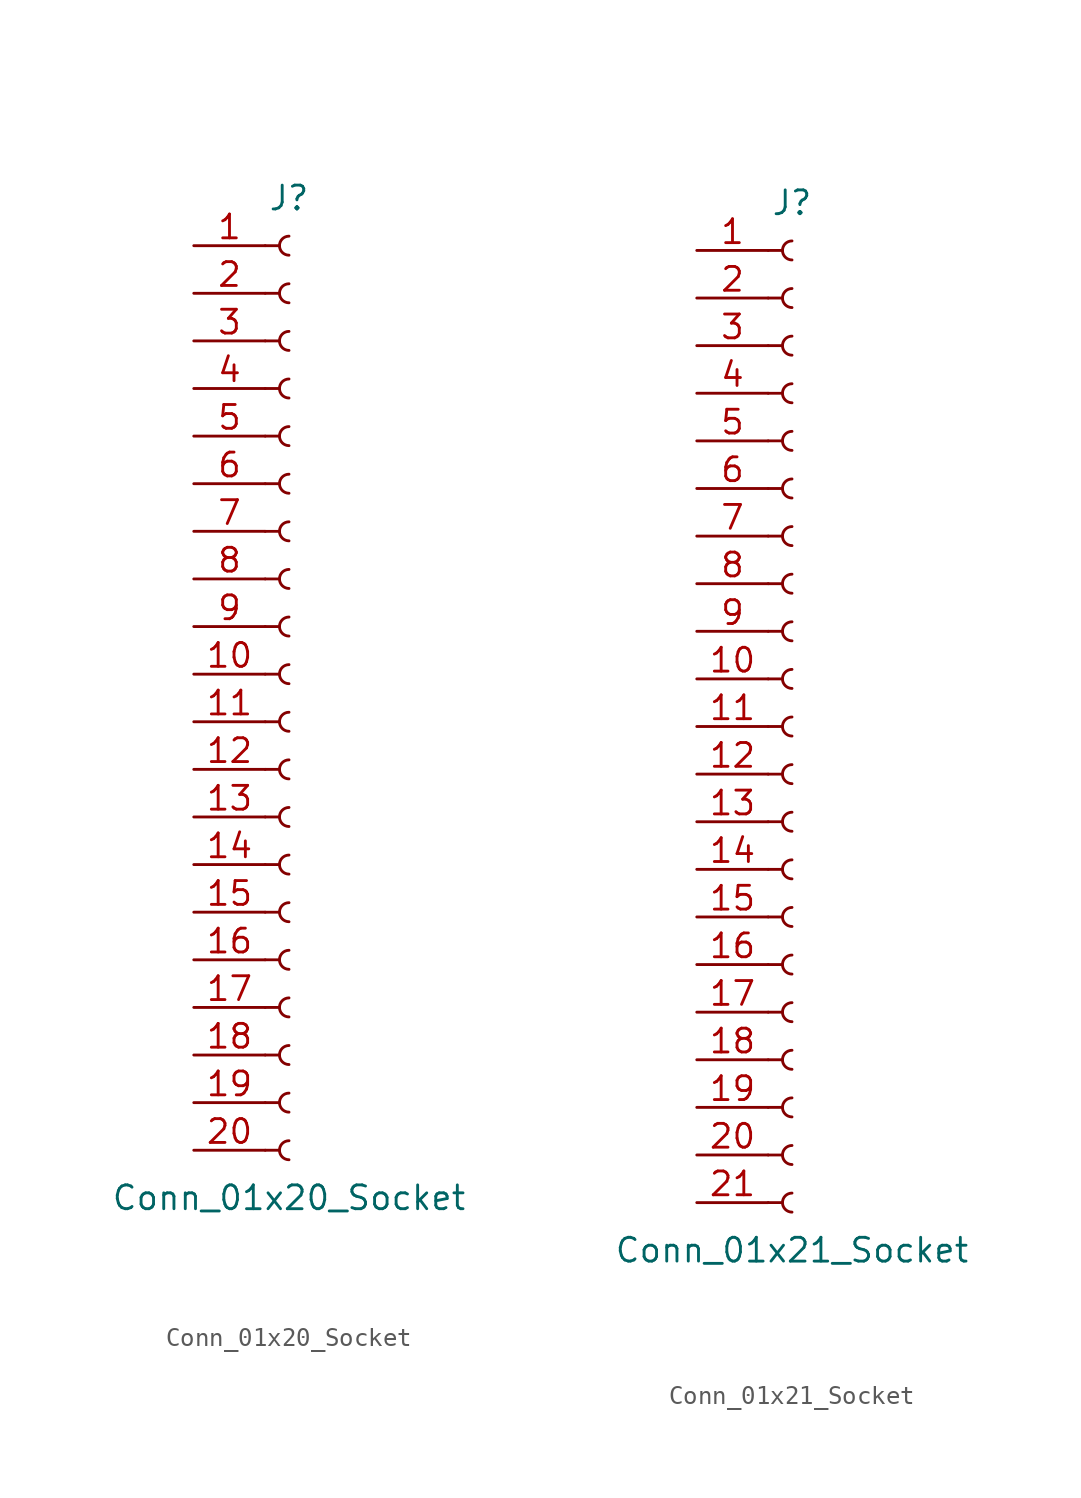
<source format=kicad_sym>
(kicad_symbol_lib
  (version 20241209)
  (generator "kicad_symbol_editor")
  (generator_version "9.0")
  (symbol "Conn_01x20_Socket"
    (pin_names
      (offset 1.016)
      (hide yes))
    (property "Reference" "J"
      (at 0 25.4 0)
      (effects (font (size 1.27 1.27))))
    (property "Value" "Conn_01x20_Socket"
      (at 0 -27.94 0)
      (effects (font (size 1.27 1.27))))
    (property "ki_locked" ""
      (at 0 0 0)
      (effects (font (size 1.27 1.27))))
    (symbol "Conn_01x20_Socket_1_1"
      (polyline (pts (xy -1.27 22.86) (xy -0.508 22.86)) (stroke (width 0.152) (type default)) (fill (type none)))
      (polyline (pts (xy -1.27 20.32) (xy -0.508 20.32)) (stroke (width 0.152) (type default)) (fill (type none)))
      (polyline (pts (xy -1.27 17.78) (xy -0.508 17.78)) (stroke (width 0.152) (type default)) (fill (type none)))
      (polyline (pts (xy -1.27 15.24) (xy -0.508 15.24)) (stroke (width 0.152) (type default)) (fill (type none)))
      (polyline (pts (xy -1.27 12.7) (xy -0.508 12.7)) (stroke (width 0.152) (type default)) (fill (type none)))
      (polyline (pts (xy -1.27 10.16) (xy -0.508 10.16)) (stroke (width 0.152) (type default)) (fill (type none)))
      (polyline (pts (xy -1.27 7.62) (xy -0.508 7.62)) (stroke (width 0.152) (type default)) (fill (type none)))
      (polyline (pts (xy -1.27 5.08) (xy -0.508 5.08)) (stroke (width 0.152) (type default)) (fill (type none)))
      (polyline (pts (xy -1.27 2.54) (xy -0.508 2.54)) (stroke (width 0.152) (type default)) (fill (type none)))
      (polyline (pts (xy -1.27 0) (xy -0.508 0)) (stroke (width 0.152) (type default)) (fill (type none)))
      (polyline (pts (xy -1.27 -2.54) (xy -0.508 -2.54)) (stroke (width 0.152) (type default)) (fill (type none)))
      (polyline (pts (xy -1.27 -5.08) (xy -0.508 -5.08)) (stroke (width 0.152) (type default)) (fill (type none)))
      (polyline (pts (xy -1.27 -7.62) (xy -0.508 -7.62)) (stroke (width 0.152) (type default)) (fill (type none)))
      (polyline (pts (xy -1.27 -10.16) (xy -0.508 -10.16)) (stroke (width 0.152) (type default)) (fill (type none)))
      (polyline (pts (xy -1.27 -12.7) (xy -0.508 -12.7)) (stroke (width 0.152) (type default)) (fill (type none)))
      (polyline (pts (xy -1.27 -15.24) (xy -0.508 -15.24)) (stroke (width 0.152) (type default)) (fill (type none)))
      (polyline (pts (xy -1.27 -17.78) (xy -0.508 -17.78)) (stroke (width 0.152) (type default)) (fill (type none)))
      (polyline (pts (xy -1.27 -20.32) (xy -0.508 -20.32)) (stroke (width 0.152) (type default)) (fill (type none)))
      (polyline (pts (xy -1.27 -22.86) (xy -0.508 -22.86)) (stroke (width 0.152) (type default)) (fill (type none)))
      (polyline (pts (xy -1.27 -25.4) (xy -0.508 -25.4)) (stroke (width 0.152) (type default)) (fill (type none)))
      (arc (start 0 22.352) (mid -0.5058 22.86) (end 0 23.368) (stroke (width 0.1524) (type default)) (fill (type none)))
      (arc (start 0 19.812) (mid -0.5058 20.32) (end 0 20.828) (stroke (width 0.1524) (type default)) (fill (type none)))
      (arc (start 0 17.272) (mid -0.5058 17.78) (end 0 18.288) (stroke (width 0.1524) (type default)) (fill (type none)))
      (arc (start 0 14.732) (mid -0.5058 15.24) (end 0 15.748) (stroke (width 0.1524) (type default)) (fill (type none)))
      (arc (start 0 12.192) (mid -0.5058 12.7) (end 0 13.208) (stroke (width 0.1524) (type default)) (fill (type none)))
      (arc (start 0 9.652) (mid -0.5058 10.16) (end 0 10.668) (stroke (width 0.1524) (type default)) (fill (type none)))
      (arc (start 0 7.112) (mid -0.5058 7.62) (end 0 8.128) (stroke (width 0.1524) (type default)) (fill (type none)))
      (arc (start 0 4.572) (mid -0.5058 5.08) (end 0 5.588) (stroke (width 0.1524) (type default)) (fill (type none)))
      (arc (start 0 2.032) (mid -0.5058 2.54) (end 0 3.048) (stroke (width 0.1524) (type default)) (fill (type none)))
      (arc (start 0 -0.508) (mid -0.5058 0) (end 0 0.508) (stroke (width 0.1524) (type default)) (fill (type none)))
      (arc (start 0 -3.048) (mid -0.5058 -2.54) (end 0 -2.032) (stroke (width 0.1524) (type default)) (fill (type none)))
      (arc (start 0 -5.588) (mid -0.5058 -5.08) (end 0 -4.572) (stroke (width 0.1524) (type default)) (fill (type none)))
      (arc (start 0 -8.128) (mid -0.5058 -7.62) (end 0 -7.112) (stroke (width 0.1524) (type default)) (fill (type none)))
      (arc (start 0 -10.668) (mid -0.5058 -10.16) (end 0 -9.652) (stroke (width 0.1524) (type default)) (fill (type none)))
      (arc (start 0 -13.208) (mid -0.5058 -12.7) (end 0 -12.192) (stroke (width 0.1524) (type default)) (fill (type none)))
      (arc (start 0 -15.748) (mid -0.5058 -15.24) (end 0 -14.732) (stroke (width 0.1524) (type default)) (fill (type none)))
      (arc (start 0 -18.288) (mid -0.5058 -17.78) (end 0 -17.272) (stroke (width 0.1524) (type default)) (fill (type none)))
      (arc (start 0 -20.828) (mid -0.5058 -20.32) (end 0 -19.812) (stroke (width 0.1524) (type default)) (fill (type none)))
      (arc (start 0 -23.368) (mid -0.5058 -22.86) (end 0 -22.352) (stroke (width 0.1524) (type default)) (fill (type none)))
      (arc (start 0 -25.908) (mid -0.5058 -25.4) (end 0 -24.892) (stroke (width 0.1524) (type default)) (fill (type none)))
      (pin passive line (at -5.08 22.86 0) (length 3.81) (name "Pin_1" (effects (font (size 1.27 1.27)))) (number "1" (effects (font (size 1.27 1.27)))))
      (pin passive line (at -5.08 20.32 0) (length 3.81) (name "Pin_2" (effects (font (size 1.27 1.27)))) (number "2" (effects (font (size 1.27 1.27)))))
      (pin passive line (at -5.08 17.78 0) (length 3.81) (name "Pin_3" (effects (font (size 1.27 1.27)))) (number "3" (effects (font (size 1.27 1.27)))))
      (pin passive line (at -5.08 15.24 0) (length 3.81) (name "Pin_4" (effects (font (size 1.27 1.27)))) (number "4" (effects (font (size 1.27 1.27)))))
      (pin passive line (at -5.08 12.7 0) (length 3.81) (name "Pin_5" (effects (font (size 1.27 1.27)))) (number "5" (effects (font (size 1.27 1.27)))))
      (pin passive line (at -5.08 10.16 0) (length 3.81) (name "Pin_6" (effects (font (size 1.27 1.27)))) (number "6" (effects (font (size 1.27 1.27)))))
      (pin passive line (at -5.08 7.62 0) (length 3.81) (name "Pin_7" (effects (font (size 1.27 1.27)))) (number "7" (effects (font (size 1.27 1.27)))))
      (pin passive line (at -5.08 5.08 0) (length 3.81) (name "Pin_8" (effects (font (size 1.27 1.27)))) (number "8" (effects (font (size 1.27 1.27)))))
      (pin passive line (at -5.08 2.54 0) (length 3.81) (name "Pin_9" (effects (font (size 1.27 1.27)))) (number "9" (effects (font (size 1.27 1.27)))))
      (pin passive line (at -5.08 0 0) (length 3.81) (name "Pin_10" (effects (font (size 1.27 1.27)))) (number "10" (effects (font (size 1.27 1.27)))))
      (pin passive line (at -5.08 -2.54 0) (length 3.81) (name "Pin_11" (effects (font (size 1.27 1.27)))) (number "11" (effects (font (size 1.27 1.27)))))
      (pin passive line (at -5.08 -5.08 0) (length 3.81) (name "Pin_12" (effects (font (size 1.27 1.27)))) (number "12" (effects (font (size 1.27 1.27)))))
      (pin passive line (at -5.08 -7.62 0) (length 3.81) (name "Pin_13" (effects (font (size 1.27 1.27)))) (number "13" (effects (font (size 1.27 1.27)))))
      (pin passive line (at -5.08 -10.16 0) (length 3.81) (name "Pin_14" (effects (font (size 1.27 1.27)))) (number "14" (effects (font (size 1.27 1.27)))))
      (pin passive line (at -5.08 -12.7 0) (length 3.81) (name "Pin_15" (effects (font (size 1.27 1.27)))) (number "15" (effects (font (size 1.27 1.27)))))
      (pin passive line (at -5.08 -15.24 0) (length 3.81) (name "Pin_16" (effects (font (size 1.27 1.27)))) (number "16" (effects (font (size 1.27 1.27)))))
      (pin passive line (at -5.08 -17.78 0) (length 3.81) (name "Pin_17" (effects (font (size 1.27 1.27)))) (number "17" (effects (font (size 1.27 1.27)))))
      (pin passive line (at -5.08 -20.32 0) (length 3.81) (name "Pin_18" (effects (font (size 1.27 1.27)))) (number "18" (effects (font (size 1.27 1.27)))))
      (pin passive line (at -5.08 -22.86 0) (length 3.81) (name "Pin_19" (effects (font (size 1.27 1.27)))) (number "19" (effects (font (size 1.27 1.27)))))
      (pin passive line (at -5.08 -25.4 0) (length 3.81) (name "Pin_20" (effects (font (size 1.27 1.27)))) (number "20" (effects (font (size 1.27 1.27)))))))
  (symbol "Conn_01x21_Socket"
    (pin_names
      (offset 1.016)
      (hide yes))
    (property "Reference" "J"
      (at 0 27.94 0)
      (effects (font (size 1.27 1.27))))
    (property "Value" "Conn_01x21_Socket"
      (at 0 -27.94 0)
      (effects (font (size 1.27 1.27))))
    (property "ki_locked" ""
      (at 0 0 0)
      (effects (font (size 1.27 1.27))))
    (symbol "Conn_01x21_Socket_1_1"
      (polyline (pts (xy -1.27 25.4) (xy -0.508 25.4)) (stroke (width 0.152) (type default)) (fill (type none)))
      (polyline (pts (xy -1.27 22.86) (xy -0.508 22.86)) (stroke (width 0.152) (type default)) (fill (type none)))
      (polyline (pts (xy -1.27 20.32) (xy -0.508 20.32)) (stroke (width 0.152) (type default)) (fill (type none)))
      (polyline (pts (xy -1.27 17.78) (xy -0.508 17.78)) (stroke (width 0.152) (type default)) (fill (type none)))
      (polyline (pts (xy -1.27 15.24) (xy -0.508 15.24)) (stroke (width 0.152) (type default)) (fill (type none)))
      (polyline (pts (xy -1.27 12.7) (xy -0.508 12.7)) (stroke (width 0.152) (type default)) (fill (type none)))
      (polyline (pts (xy -1.27 10.16) (xy -0.508 10.16)) (stroke (width 0.152) (type default)) (fill (type none)))
      (polyline (pts (xy -1.27 7.62) (xy -0.508 7.62)) (stroke (width 0.152) (type default)) (fill (type none)))
      (polyline (pts (xy -1.27 5.08) (xy -0.508 5.08)) (stroke (width 0.152) (type default)) (fill (type none)))
      (polyline (pts (xy -1.27 2.54) (xy -0.508 2.54)) (stroke (width 0.152) (type default)) (fill (type none)))
      (polyline (pts (xy -1.27 0) (xy -0.508 0)) (stroke (width 0.152) (type default)) (fill (type none)))
      (polyline (pts (xy -1.27 -2.54) (xy -0.508 -2.54)) (stroke (width 0.152) (type default)) (fill (type none)))
      (polyline (pts (xy -1.27 -5.08) (xy -0.508 -5.08)) (stroke (width 0.152) (type default)) (fill (type none)))
      (polyline (pts (xy -1.27 -7.62) (xy -0.508 -7.62)) (stroke (width 0.152) (type default)) (fill (type none)))
      (polyline (pts (xy -1.27 -10.16) (xy -0.508 -10.16)) (stroke (width 0.152) (type default)) (fill (type none)))
      (polyline (pts (xy -1.27 -12.7) (xy -0.508 -12.7)) (stroke (width 0.152) (type default)) (fill (type none)))
      (polyline (pts (xy -1.27 -15.24) (xy -0.508 -15.24)) (stroke (width 0.152) (type default)) (fill (type none)))
      (polyline (pts (xy -1.27 -17.78) (xy -0.508 -17.78)) (stroke (width 0.152) (type default)) (fill (type none)))
      (polyline (pts (xy -1.27 -20.32) (xy -0.508 -20.32)) (stroke (width 0.152) (type default)) (fill (type none)))
      (polyline (pts (xy -1.27 -22.86) (xy -0.508 -22.86)) (stroke (width 0.152) (type default)) (fill (type none)))
      (polyline (pts (xy -1.27 -25.4) (xy -0.508 -25.4)) (stroke (width 0.152) (type default)) (fill (type none)))
      (arc (start 0 24.892) (mid -0.5058 25.4) (end 0 25.908) (stroke (width 0.1524) (type default)) (fill (type none)))
      (arc (start 0 22.352) (mid -0.5058 22.86) (end 0 23.368) (stroke (width 0.1524) (type default)) (fill (type none)))
      (arc (start 0 19.812) (mid -0.5058 20.32) (end 0 20.828) (stroke (width 0.1524) (type default)) (fill (type none)))
      (arc (start 0 17.272) (mid -0.5058 17.78) (end 0 18.288) (stroke (width 0.1524) (type default)) (fill (type none)))
      (arc (start 0 14.732) (mid -0.5058 15.24) (end 0 15.748) (stroke (width 0.1524) (type default)) (fill (type none)))
      (arc (start 0 12.192) (mid -0.5058 12.7) (end 0 13.208) (stroke (width 0.1524) (type default)) (fill (type none)))
      (arc (start 0 9.652) (mid -0.5058 10.16) (end 0 10.668) (stroke (width 0.1524) (type default)) (fill (type none)))
      (arc (start 0 7.112) (mid -0.5058 7.62) (end 0 8.128) (stroke (width 0.1524) (type default)) (fill (type none)))
      (arc (start 0 4.572) (mid -0.5058 5.08) (end 0 5.588) (stroke (width 0.1524) (type default)) (fill (type none)))
      (arc (start 0 2.032) (mid -0.5058 2.54) (end 0 3.048) (stroke (width 0.1524) (type default)) (fill (type none)))
      (arc (start 0 -0.508) (mid -0.5058 0) (end 0 0.508) (stroke (width 0.1524) (type default)) (fill (type none)))
      (arc (start 0 -3.048) (mid -0.5058 -2.54) (end 0 -2.032) (stroke (width 0.1524) (type default)) (fill (type none)))
      (arc (start 0 -5.588) (mid -0.5058 -5.08) (end 0 -4.572) (stroke (width 0.1524) (type default)) (fill (type none)))
      (arc (start 0 -8.128) (mid -0.5058 -7.62) (end 0 -7.112) (stroke (width 0.1524) (type default)) (fill (type none)))
      (arc (start 0 -10.668) (mid -0.5058 -10.16) (end 0 -9.652) (stroke (width 0.1524) (type default)) (fill (type none)))
      (arc (start 0 -13.208) (mid -0.5058 -12.7) (end 0 -12.192) (stroke (width 0.1524) (type default)) (fill (type none)))
      (arc (start 0 -15.748) (mid -0.5058 -15.24) (end 0 -14.732) (stroke (width 0.1524) (type default)) (fill (type none)))
      (arc (start 0 -18.288) (mid -0.5058 -17.78) (end 0 -17.272) (stroke (width 0.1524) (type default)) (fill (type none)))
      (arc (start 0 -20.828) (mid -0.5058 -20.32) (end 0 -19.812) (stroke (width 0.1524) (type default)) (fill (type none)))
      (arc (start 0 -23.368) (mid -0.5058 -22.86) (end 0 -22.352) (stroke (width 0.1524) (type default)) (fill (type none)))
      (arc (start 0 -25.908) (mid -0.5058 -25.4) (end 0 -24.892) (stroke (width 0.1524) (type default)) (fill (type none)))
      (pin passive line (at -5.08 25.4 0) (length 3.81) (name "Pin_1" (effects (font (size 1.27 1.27)))) (number "1" (effects (font (size 1.27 1.27)))))
      (pin passive line (at -5.08 22.86 0) (length 3.81) (name "Pin_2" (effects (font (size 1.27 1.27)))) (number "2" (effects (font (size 1.27 1.27)))))
      (pin passive line (at -5.08 20.32 0) (length 3.81) (name "Pin_3" (effects (font (size 1.27 1.27)))) (number "3" (effects (font (size 1.27 1.27)))))
      (pin passive line (at -5.08 17.78 0) (length 3.81) (name "Pin_4" (effects (font (size 1.27 1.27)))) (number "4" (effects (font (size 1.27 1.27)))))
      (pin passive line (at -5.08 15.24 0) (length 3.81) (name "Pin_5" (effects (font (size 1.27 1.27)))) (number "5" (effects (font (size 1.27 1.27)))))
      (pin passive line (at -5.08 12.7 0) (length 3.81) (name "Pin_6" (effects (font (size 1.27 1.27)))) (number "6" (effects (font (size 1.27 1.27)))))
      (pin passive line (at -5.08 10.16 0) (length 3.81) (name "Pin_7" (effects (font (size 1.27 1.27)))) (number "7" (effects (font (size 1.27 1.27)))))
      (pin passive line (at -5.08 7.62 0) (length 3.81) (name "Pin_8" (effects (font (size 1.27 1.27)))) (number "8" (effects (font (size 1.27 1.27)))))
      (pin passive line (at -5.08 5.08 0) (length 3.81) (name "Pin_9" (effects (font (size 1.27 1.27)))) (number "9" (effects (font (size 1.27 1.27)))))
      (pin passive line (at -5.08 2.54 0) (length 3.81) (name "Pin_10" (effects (font (size 1.27 1.27)))) (number "10" (effects (font (size 1.27 1.27)))))
      (pin passive line (at -5.08 0 0) (length 3.81) (name "Pin_11" (effects (font (size 1.27 1.27)))) (number "11" (effects (font (size 1.27 1.27)))))
      (pin passive line (at -5.08 -2.54 0) (length 3.81) (name "Pin_12" (effects (font (size 1.27 1.27)))) (number "12" (effects (font (size 1.27 1.27)))))
      (pin passive line (at -5.08 -5.08 0) (length 3.81) (name "Pin_13" (effects (font (size 1.27 1.27)))) (number "13" (effects (font (size 1.27 1.27)))))
      (pin passive line (at -5.08 -7.62 0) (length 3.81) (name "Pin_14" (effects (font (size 1.27 1.27)))) (number "14" (effects (font (size 1.27 1.27)))))
      (pin passive line (at -5.08 -10.16 0) (length 3.81) (name "Pin_15" (effects (font (size 1.27 1.27)))) (number "15" (effects (font (size 1.27 1.27)))))
      (pin passive line (at -5.08 -12.7 0) (length 3.81) (name "Pin_16" (effects (font (size 1.27 1.27)))) (number "16" (effects (font (size 1.27 1.27)))))
      (pin passive line (at -5.08 -15.24 0) (length 3.81) (name "Pin_17" (effects (font (size 1.27 1.27)))) (number "17" (effects (font (size 1.27 1.27)))))
      (pin passive line (at -5.08 -17.78 0) (length 3.81) (name "Pin_18" (effects (font (size 1.27 1.27)))) (number "18" (effects (font (size 1.27 1.27)))))
      (pin passive line (at -5.08 -20.32 0) (length 3.81) (name "Pin_19" (effects (font (size 1.27 1.27)))) (number "19" (effects (font (size 1.27 1.27)))))
      (pin passive line (at -5.08 -22.86 0) (length 3.81) (name "Pin_20" (effects (font (size 1.27 1.27)))) (number "20" (effects (font (size 1.27 1.27)))))
      (pin passive line (at -5.08 -25.4 0) (length 3.81) (name "Pin_21" (effects (font (size 1.27 1.27)))) (number "21" (effects (font (size 1.27 1.27))))))))
</source>
